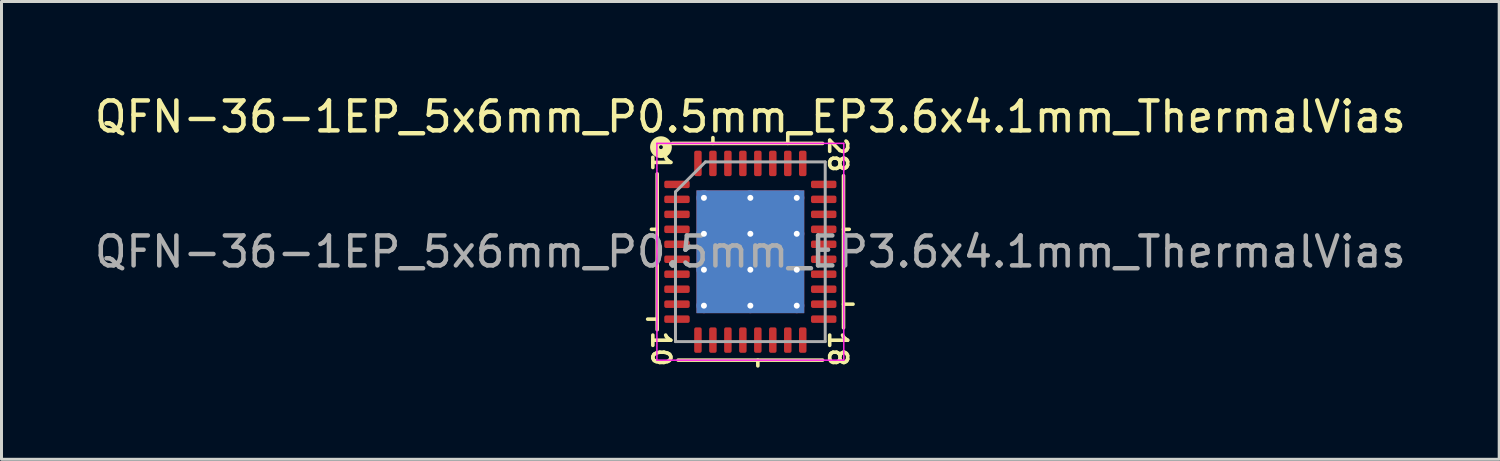
<source format=kicad_pcb>
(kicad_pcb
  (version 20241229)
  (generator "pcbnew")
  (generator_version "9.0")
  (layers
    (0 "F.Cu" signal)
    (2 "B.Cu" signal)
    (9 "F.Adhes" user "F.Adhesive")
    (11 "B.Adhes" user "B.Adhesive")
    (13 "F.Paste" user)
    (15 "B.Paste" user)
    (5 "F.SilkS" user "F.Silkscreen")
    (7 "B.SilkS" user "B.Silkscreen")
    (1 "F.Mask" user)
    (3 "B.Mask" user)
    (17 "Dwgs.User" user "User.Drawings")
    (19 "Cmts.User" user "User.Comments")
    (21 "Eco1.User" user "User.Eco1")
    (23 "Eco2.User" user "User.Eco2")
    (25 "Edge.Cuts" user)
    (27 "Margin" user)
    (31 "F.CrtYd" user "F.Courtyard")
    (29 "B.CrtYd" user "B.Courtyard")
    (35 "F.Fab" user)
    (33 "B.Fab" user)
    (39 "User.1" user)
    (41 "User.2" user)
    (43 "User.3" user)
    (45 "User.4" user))
  (footprint "QFN-36-1EP_5x6mm_P0.5mm_EP3.6x4.1mm_ThermalVias"
    (layer "F.Cu")
    (at 22.006 5.357)
    (property "Reference" "QFN-36-1EP_5x6mm_P0.5mm_EP3.6x4.1mm_ThermalVias" (at 0 -4.508 0) (layer "F.SilkS") (effects (font (size 1 1) (thickness 0.15))))
    (attr smd)
    (fp_line (start -3.111 -2.603) (end -3.111 2.603) (stroke (width 0.12) (type solid)) (layer "F.SilkS"))
    (fp_line (start -3.111 -0.75) (end -3.302 -0.75) (stroke (width 0.12) (type solid)) (layer "F.SilkS"))
    (fp_line (start -3.111 2.25) (end -3.429 2.25) (stroke (width 0.12) (type solid)) (layer "F.SilkS"))
    (fp_line (start -2.413 3.619) (end 2.413 3.619) (stroke (width 0.12) (type solid)) (layer "F.SilkS"))
    (fp_line (start -1.25 -3.619) (end -1.25 -3.81) (stroke (width 0.12) (type solid)) (layer "F.SilkS"))
    (fp_line (start 0.25 3.619) (end 0.25 3.81) (stroke (width 0.12) (type solid)) (layer "F.SilkS"))
    (fp_line (start 1.25 -3.619) (end 1.25 -3.937) (stroke (width 0.12) (type solid)) (layer "F.SilkS"))
    (fp_line (start 2.413 -3.619) (end -2.603 -3.619) (stroke (width 0.12) (type solid)) (layer "F.SilkS"))
    (fp_line (start 3.111 -0.75) (end 3.302 -0.75) (stroke (width 0.12) (type solid)) (layer "F.SilkS"))
    (fp_line (start 3.111 1.75) (end 3.429 1.75) (stroke (width 0.12) (type solid)) (layer "F.SilkS"))
    (fp_line (start 3.111 2.54) (end 3.111 -2.54) (stroke (width 0.12) (type solid)) (layer "F.SilkS"))
    (fp_circle (center -2.985 -3.493) (end -2.921 -3.493) (stroke (width 0.3) (type solid)) (fill no) (layer "F.SilkS"))
    (fp_line (start -3.12 -3.62) (end -3.12 3.62) (stroke (width 0.05) (type solid)) (layer "F.CrtYd"))
    (fp_line (start -3.12 3.62) (end 3.12 3.62) (stroke (width 0.05) (type solid)) (layer "F.CrtYd"))
    (fp_line (start 3.12 -3.62) (end -3.12 -3.62) (stroke (width 0.05) (type solid)) (layer "F.CrtYd"))
    (fp_line (start 3.12 3.62) (end 3.12 -3.62) (stroke (width 0.05) (type solid)) (layer "F.CrtYd"))
    (fp_line (start -2.5 -2) (end -1.5 -3) (stroke (width 0.1) (type solid)) (layer "F.Fab"))
    (fp_line (start -2.5 3) (end -2.5 -2) (stroke (width 0.1) (type solid)) (layer "F.Fab"))
    (fp_line (start -1.5 -3) (end 2.5 -3) (stroke (width 0.1) (type solid)) (layer "F.Fab"))
    (fp_line (start 2.5 -3) (end 2.5 3) (stroke (width 0.1) (type solid)) (layer "F.Fab"))
    (fp_line (start 2.5 3) (end -2.5 3) (stroke (width 0.1) (type solid)) (layer "F.Fab"))
    (fp_text user "1" (at -2.985 -2.985 270) (unlocked yes) (layer "F.SilkS") (effects (font (size 0.6 0.6) (thickness 0.12))))
    (fp_text user "10" (at -2.985 3.239 270) (unlocked yes) (layer "F.SilkS") (effects (font (size 0.6 0.6) (thickness 0.12))))
    (fp_text user "18" (at 2.921 3.239 270) (unlocked yes) (layer "F.SilkS") (effects (font (size 0.6 0.6) (thickness 0.12))))
    (fp_text user "28" (at 2.921 -3.239 270) (unlocked yes) (layer "F.SilkS") (effects (font (size 0.6 0.6) (thickness 0.12))))
    (fp_text user "${REFERENCE}" (at 0 0 0) (layer "F.Fab") (effects (font (size 1 1) (thickness 0.15))))
    (pad "" smd roundrect (at -0.775 -1.2) (size 1.394 1.059) (layers "F.Paste") (roundrect_rratio 0.236))
    (pad "" smd roundrect (at -0.775 0) (size 1.394 1.059) (layers "F.Paste") (roundrect_rratio 0.236))
    (pad "" smd roundrect (at -0.775 1.2) (size 1.394 1.059) (layers "F.Paste") (roundrect_rratio 0.236))
    (pad "" smd roundrect (at 0.775 -1.2) (size 1.394 1.059) (layers "F.Paste") (roundrect_rratio 0.236))
    (pad "" smd roundrect (at 0.775 0) (size 1.394 1.059) (layers "F.Paste") (roundrect_rratio 0.236))
    (pad "" smd roundrect (at 0.775 1.2) (size 1.394 1.059) (layers "F.Paste") (roundrect_rratio 0.236))
    (pad "1" smd roundrect (at -2.45 -2.25) (size 0.85 0.25) (layers "F.Cu" "F.Mask" "F.Paste") (roundrect_rratio 0.25))
    (pad "2" smd roundrect (at -2.45 -1.75) (size 0.85 0.25) (layers "F.Cu" "F.Mask" "F.Paste") (roundrect_rratio 0.25))
    (pad "3" smd roundrect (at -2.45 -1.25) (size 0.85 0.25) (layers "F.Cu" "F.Mask" "F.Paste") (roundrect_rratio 0.25))
    (pad "4" smd roundrect (at -2.45 -0.75) (size 0.85 0.25) (layers "F.Cu" "F.Mask" "F.Paste") (roundrect_rratio 0.25))
    (pad "5" smd roundrect (at -2.45 -0.25) (size 0.85 0.25) (layers "F.Cu" "F.Mask" "F.Paste") (roundrect_rratio 0.25))
    (pad "6" smd roundrect (at -2.45 0.25) (size 0.85 0.25) (layers "F.Cu" "F.Mask" "F.Paste") (roundrect_rratio 0.25))
    (pad "7" smd roundrect (at -2.45 0.75) (size 0.85 0.25) (layers "F.Cu" "F.Mask" "F.Paste") (roundrect_rratio 0.25))
    (pad "8" smd roundrect (at -2.45 1.25) (size 0.85 0.25) (layers "F.Cu" "F.Mask" "F.Paste") (roundrect_rratio 0.25))
    (pad "9" smd roundrect (at -2.45 1.75) (size 0.85 0.25) (layers "F.Cu" "F.Mask" "F.Paste") (roundrect_rratio 0.25))
    (pad "10" smd roundrect (at -2.45 2.25) (size 0.85 0.25) (layers "F.Cu" "F.Mask" "F.Paste") (roundrect_rratio 0.25))
    (pad "11" smd roundrect (at -1.75 2.95) (size 0.25 0.85) (layers "F.Cu" "F.Mask" "F.Paste") (roundrect_rratio 0.25))
    (pad "12" smd roundrect (at -1.25 2.95) (size 0.25 0.85) (layers "F.Cu" "F.Mask" "F.Paste") (roundrect_rratio 0.25))
    (pad "13" smd roundrect (at -0.75 2.95) (size 0.25 0.85) (layers "F.Cu" "F.Mask" "F.Paste") (roundrect_rratio 0.25))
    (pad "14" smd roundrect (at -0.25 2.95) (size 0.25 0.85) (layers "F.Cu" "F.Mask" "F.Paste") (roundrect_rratio 0.25))
    (pad "15" smd roundrect (at 0.25 2.95) (size 0.25 0.85) (layers "F.Cu" "F.Mask" "F.Paste") (roundrect_rratio 0.25))
    (pad "16" smd roundrect (at 0.75 2.95) (size 0.25 0.85) (layers "F.Cu" "F.Mask" "F.Paste") (roundrect_rratio 0.25))
    (pad "17" smd roundrect (at 1.25 2.95) (size 0.25 0.85) (layers "F.Cu" "F.Mask" "F.Paste") (roundrect_rratio 0.25))
    (pad "18" smd roundrect (at 1.75 2.95) (size 0.25 0.85) (layers "F.Cu" "F.Mask" "F.Paste") (roundrect_rratio 0.25))
    (pad "19" smd roundrect (at 2.45 2.25) (size 0.85 0.25) (layers "F.Cu" "F.Mask" "F.Paste") (roundrect_rratio 0.25))
    (pad "20" smd roundrect (at 2.45 1.75) (size 0.85 0.25) (layers "F.Cu" "F.Mask" "F.Paste") (roundrect_rratio 0.25))
    (pad "21" smd roundrect (at 2.45 1.25) (size 0.85 0.25) (layers "F.Cu" "F.Mask" "F.Paste") (roundrect_rratio 0.25))
    (pad "22" smd roundrect (at 2.45 0.75) (size 0.85 0.25) (layers "F.Cu" "F.Mask" "F.Paste") (roundrect_rratio 0.25))
    (pad "23" smd roundrect (at 2.45 0.25) (size 0.85 0.25) (layers "F.Cu" "F.Mask" "F.Paste") (roundrect_rratio 0.25))
    (pad "24" smd roundrect (at 2.45 -0.25) (size 0.85 0.25) (layers "F.Cu" "F.Mask" "F.Paste") (roundrect_rratio 0.25))
    (pad "25" smd roundrect (at 2.45 -0.75) (size 0.85 0.25) (layers "F.Cu" "F.Mask" "F.Paste") (roundrect_rratio 0.25))
    (pad "26" smd roundrect (at 2.45 -1.25) (size 0.85 0.25) (layers "F.Cu" "F.Mask" "F.Paste") (roundrect_rratio 0.25))
    (pad "27" smd roundrect (at 2.45 -1.75) (size 0.85 0.25) (layers "F.Cu" "F.Mask" "F.Paste") (roundrect_rratio 0.25))
    (pad "28" smd roundrect (at 2.45 -2.25) (size 0.85 0.25) (layers "F.Cu" "F.Mask" "F.Paste") (roundrect_rratio 0.25))
    (pad "29" smd roundrect (at 1.75 -2.95) (size 0.25 0.85) (layers "F.Cu" "F.Mask" "F.Paste") (roundrect_rratio 0.25))
    (pad "30" smd roundrect (at 1.25 -2.95) (size 0.25 0.85) (layers "F.Cu" "F.Mask" "F.Paste") (roundrect_rratio 0.25))
    (pad "31" smd roundrect (at 0.75 -2.95) (size 0.25 0.85) (layers "F.Cu" "F.Mask" "F.Paste") (roundrect_rratio 0.25))
    (pad "32" smd roundrect (at 0.25 -2.95) (size 0.25 0.85) (layers "F.Cu" "F.Mask" "F.Paste") (roundrect_rratio 0.25))
    (pad "33" smd roundrect (at -0.25 -2.95) (size 0.25 0.85) (layers "F.Cu" "F.Mask" "F.Paste") (roundrect_rratio 0.25))
    (pad "34" smd roundrect (at -0.75 -2.95) (size 0.25 0.85) (layers "F.Cu" "F.Mask" "F.Paste") (roundrect_rratio 0.25))
    (pad "35" smd roundrect (at -1.25 -2.95) (size 0.25 0.85) (layers "F.Cu" "F.Mask" "F.Paste") (roundrect_rratio 0.25))
    (pad "36" smd roundrect (at -1.75 -2.95) (size 0.25 0.85) (layers "F.Cu" "F.Mask" "F.Paste") (roundrect_rratio 0.25))
    (pad "37" thru_hole circle (at -1.55 -1.8) (size 0.5 0.5) (drill 0.2) (layers "*.Cu"))
    (pad "37" thru_hole circle (at -1.55 -0.6) (size 0.5 0.5) (drill 0.2) (layers "*.Cu"))
    (pad "37" thru_hole circle (at -1.55 0.6) (size 0.5 0.5) (drill 0.2) (layers "*.Cu"))
    (pad "37" thru_hole circle (at -1.55 1.8) (size 0.5 0.5) (drill 0.2) (layers "*.Cu"))
    (pad "37" thru_hole circle (at 0 -1.8) (size 0.5 0.5) (drill 0.2) (layers "*.Cu"))
    (pad "37" thru_hole circle (at 0 -0.6) (size 0.5 0.5) (drill 0.2) (layers "*.Cu"))
    (pad "37" smd rect (at 0 0) (size 3.6 4.1) (layers "F.Cu" "F.Mask"))
    (pad "37" smd rect (at 0 0) (size 3.6 4.1) (layers "B.Cu" "B.Mask"))
    (pad "37" thru_hole circle (at 0 0.6) (size 0.5 0.5) (drill 0.2) (layers "*.Cu"))
    (pad "37" thru_hole circle (at 0 1.8) (size 0.5 0.5) (drill 0.2) (layers "*.Cu"))
    (pad "37" thru_hole circle (at 1.55 -1.8) (size 0.5 0.5) (drill 0.2) (layers "*.Cu"))
    (pad "37" thru_hole circle (at 1.55 -0.6) (size 0.5 0.5) (drill 0.2) (layers "*.Cu"))
    (pad "37" thru_hole circle (at 1.55 0.6) (size 0.5 0.5) (drill 0.2) (layers "*.Cu"))
    (pad "37" thru_hole circle (at 1.55 1.8) (size 0.5 0.5) (drill 0.2) (layers "*.Cu")))
  (gr_rect
    (start -3 -3)
    (end 47.012 12.287)
    (stroke (width 0.1) (type default))
    (fill no)
    (layer "Edge.Cuts")))
</source>
